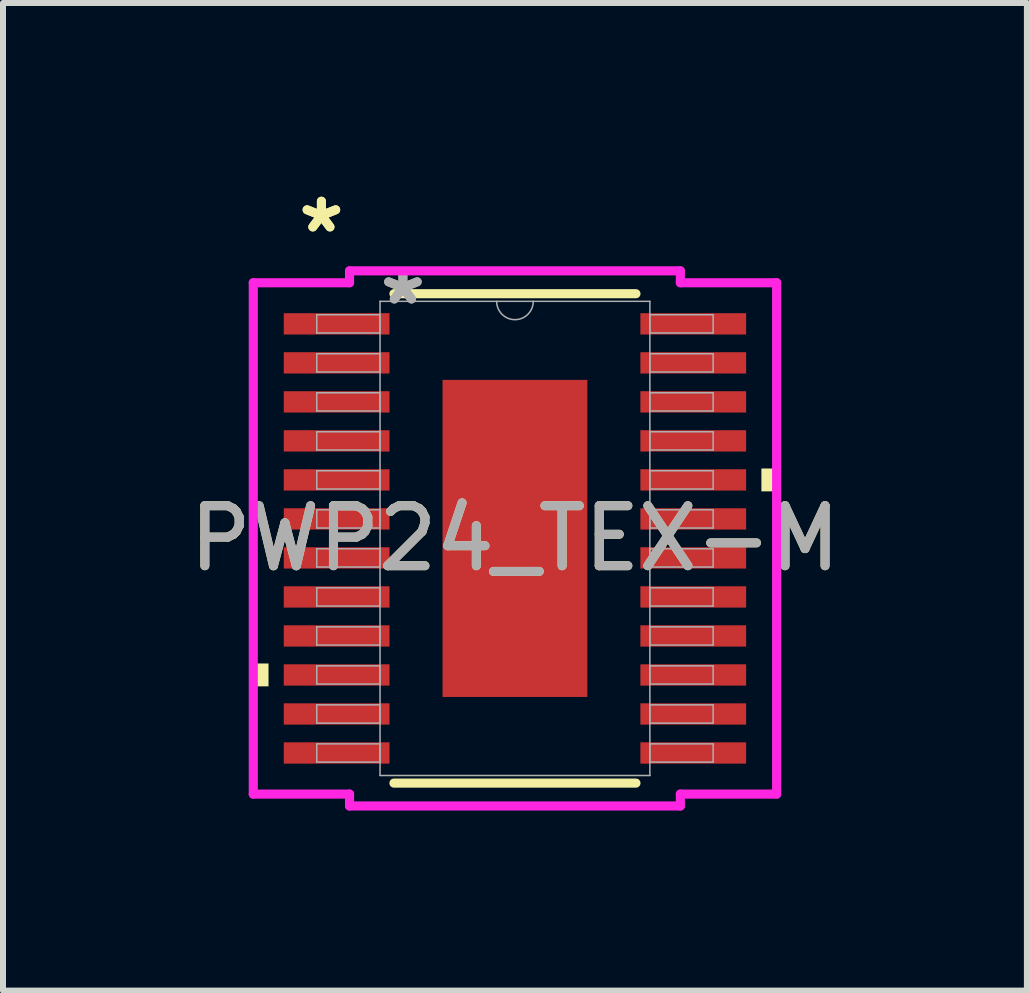
<source format=kicad_pcb>
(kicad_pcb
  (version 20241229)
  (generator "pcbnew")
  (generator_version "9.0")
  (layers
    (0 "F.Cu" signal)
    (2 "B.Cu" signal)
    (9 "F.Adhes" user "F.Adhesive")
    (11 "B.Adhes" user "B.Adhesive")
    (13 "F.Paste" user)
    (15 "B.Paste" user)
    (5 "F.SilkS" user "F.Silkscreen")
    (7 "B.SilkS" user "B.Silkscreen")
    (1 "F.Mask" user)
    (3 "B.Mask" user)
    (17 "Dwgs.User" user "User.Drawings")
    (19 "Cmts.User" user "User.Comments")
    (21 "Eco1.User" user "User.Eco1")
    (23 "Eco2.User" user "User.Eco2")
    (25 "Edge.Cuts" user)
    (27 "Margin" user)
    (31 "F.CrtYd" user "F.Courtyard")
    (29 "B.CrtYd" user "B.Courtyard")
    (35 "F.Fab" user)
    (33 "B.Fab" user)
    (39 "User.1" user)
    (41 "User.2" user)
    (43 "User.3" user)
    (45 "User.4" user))
  (footprint "PWP24_TEX-M"
    (layer "F.Cu")
    (at 5.53 5.921)
    (property "Reference" "PWP24_TEX-M" (at 0 0 0) (unlocked yes) (layer "F.SilkS") (effects (font (size 1 1) (thickness 0.15))))
    (attr smd)
    (fp_line (start -2.016 4.077) (end 2.016 4.077) (stroke (width 0.152) (type solid)) (layer "F.SilkS"))
    (fp_line (start 2.016 -4.077) (end -2.016 -4.077) (stroke (width 0.152) (type solid)) (layer "F.SilkS"))
    (fp_poly (pts (xy -4.36 2.084) (xy -4.36 2.465) (xy -4.106 2.465) (xy -4.106 2.084)) (stroke (width 0) (type solid)) (fill yes) (layer "F.SilkS"))
    (fp_poly (pts (xy 4.36 -1.165) (xy 4.36 -0.784) (xy 4.106 -0.784) (xy 4.106 -1.165)) (stroke (width 0) (type solid)) (fill yes) (layer "F.SilkS"))
    (fp_poly (pts (xy -1.107 -2.542) (xy -1.107 -1.421) (xy 1.107 -1.421) (xy 1.107 -2.542)) (stroke (width 0) (type solid)) (fill yes) (layer "F.Paste"))
    (fp_poly (pts (xy -1.107 -1.221) (xy -1.107 -0.1) (xy 1.107 -0.1) (xy 1.107 -1.221)) (stroke (width 0) (type solid)) (fill yes) (layer "F.Paste"))
    (fp_poly (pts (xy -1.107 0.1) (xy -1.107 1.221) (xy 1.107 1.221) (xy 1.107 0.1)) (stroke (width 0) (type solid)) (fill yes) (layer "F.Paste"))
    (fp_poly (pts (xy -1.107 1.421) (xy -1.107 2.542) (xy 1.107 2.542) (xy 1.107 1.421)) (stroke (width 0) (type solid)) (fill yes) (layer "F.Paste"))
    (fp_line (start -4.36 -4.26) (end -2.756 -4.26) (stroke (width 0.152) (type solid)) (layer "F.CrtYd"))
    (fp_line (start -4.36 4.26) (end -4.36 -4.26) (stroke (width 0.152) (type solid)) (layer "F.CrtYd"))
    (fp_line (start -4.36 4.26) (end -2.756 4.26) (stroke (width 0.152) (type solid)) (layer "F.CrtYd"))
    (fp_line (start -2.756 -4.458) (end 2.756 -4.458) (stroke (width 0.152) (type solid)) (layer "F.CrtYd"))
    (fp_line (start -2.756 -4.26) (end -2.756 -4.458) (stroke (width 0.152) (type solid)) (layer "F.CrtYd"))
    (fp_line (start -2.756 4.458) (end -2.756 4.26) (stroke (width 0.152) (type solid)) (layer "F.CrtYd"))
    (fp_line (start 2.756 -4.458) (end 2.756 -4.26) (stroke (width 0.152) (type solid)) (layer "F.CrtYd"))
    (fp_line (start 2.756 4.26) (end 2.756 4.458) (stroke (width 0.152) (type solid)) (layer "F.CrtYd"))
    (fp_line (start 2.756 4.458) (end -2.756 4.458) (stroke (width 0.152) (type solid)) (layer "F.CrtYd"))
    (fp_line (start 4.36 -4.26) (end 2.756 -4.26) (stroke (width 0.152) (type solid)) (layer "F.CrtYd"))
    (fp_line (start 4.36 -4.26) (end 4.36 4.26) (stroke (width 0.152) (type solid)) (layer "F.CrtYd"))
    (fp_line (start 4.36 4.26) (end 2.756 4.26) (stroke (width 0.152) (type solid)) (layer "F.CrtYd"))
    (fp_line (start -3.302 -3.727) (end -3.302 -3.423) (stroke (width 0.025) (type solid)) (layer "F.Fab"))
    (fp_line (start -3.302 -3.423) (end -2.248 -3.423) (stroke (width 0.025) (type solid)) (layer "F.Fab"))
    (fp_line (start -3.302 -3.077) (end -3.302 -2.773) (stroke (width 0.025) (type solid)) (layer "F.Fab"))
    (fp_line (start -3.302 -2.773) (end -2.248 -2.773) (stroke (width 0.025) (type solid)) (layer "F.Fab"))
    (fp_line (start -3.302 -2.427) (end -3.302 -2.123) (stroke (width 0.025) (type solid)) (layer "F.Fab"))
    (fp_line (start -3.302 -2.123) (end -2.248 -2.123) (stroke (width 0.025) (type solid)) (layer "F.Fab"))
    (fp_line (start -3.302 -1.777) (end -3.302 -1.473) (stroke (width 0.025) (type solid)) (layer "F.Fab"))
    (fp_line (start -3.302 -1.473) (end -2.248 -1.473) (stroke (width 0.025) (type solid)) (layer "F.Fab"))
    (fp_line (start -3.302 -1.127) (end -3.302 -0.823) (stroke (width 0.025) (type solid)) (layer "F.Fab"))
    (fp_line (start -3.302 -0.823) (end -2.248 -0.823) (stroke (width 0.025) (type solid)) (layer "F.Fab"))
    (fp_line (start -3.302 -0.477) (end -3.302 -0.173) (stroke (width 0.025) (type solid)) (layer "F.Fab"))
    (fp_line (start -3.302 -0.173) (end -2.248 -0.173) (stroke (width 0.025) (type solid)) (layer "F.Fab"))
    (fp_line (start -3.302 0.173) (end -3.302 0.477) (stroke (width 0.025) (type solid)) (layer "F.Fab"))
    (fp_line (start -3.302 0.477) (end -2.248 0.477) (stroke (width 0.025) (type solid)) (layer "F.Fab"))
    (fp_line (start -3.302 0.823) (end -3.302 1.127) (stroke (width 0.025) (type solid)) (layer "F.Fab"))
    (fp_line (start -3.302 1.127) (end -2.248 1.127) (stroke (width 0.025) (type solid)) (layer "F.Fab"))
    (fp_line (start -3.302 1.473) (end -3.302 1.777) (stroke (width 0.025) (type solid)) (layer "F.Fab"))
    (fp_line (start -3.302 1.777) (end -2.248 1.777) (stroke (width 0.025) (type solid)) (layer "F.Fab"))
    (fp_line (start -3.302 2.123) (end -3.302 2.427) (stroke (width 0.025) (type solid)) (layer "F.Fab"))
    (fp_line (start -3.302 2.427) (end -2.248 2.427) (stroke (width 0.025) (type solid)) (layer "F.Fab"))
    (fp_line (start -3.302 2.773) (end -3.302 3.077) (stroke (width 0.025) (type solid)) (layer "F.Fab"))
    (fp_line (start -3.302 3.077) (end -2.248 3.077) (stroke (width 0.025) (type solid)) (layer "F.Fab"))
    (fp_line (start -3.302 3.423) (end -3.302 3.727) (stroke (width 0.025) (type solid)) (layer "F.Fab"))
    (fp_line (start -3.302 3.727) (end -2.248 3.727) (stroke (width 0.025) (type solid)) (layer "F.Fab"))
    (fp_line (start -2.248 -3.95) (end -2.248 3.95) (stroke (width 0.025) (type solid)) (layer "F.Fab"))
    (fp_line (start -2.248 -3.727) (end -3.302 -3.727) (stroke (width 0.025) (type solid)) (layer "F.Fab"))
    (fp_line (start -2.248 -3.423) (end -2.248 -3.727) (stroke (width 0.025) (type solid)) (layer "F.Fab"))
    (fp_line (start -2.248 -3.077) (end -3.302 -3.077) (stroke (width 0.025) (type solid)) (layer "F.Fab"))
    (fp_line (start -2.248 -2.773) (end -2.248 -3.077) (stroke (width 0.025) (type solid)) (layer "F.Fab"))
    (fp_line (start -2.248 -2.427) (end -3.302 -2.427) (stroke (width 0.025) (type solid)) (layer "F.Fab"))
    (fp_line (start -2.248 -2.123) (end -2.248 -2.427) (stroke (width 0.025) (type solid)) (layer "F.Fab"))
    (fp_line (start -2.248 -1.777) (end -3.302 -1.777) (stroke (width 0.025) (type solid)) (layer "F.Fab"))
    (fp_line (start -2.248 -1.473) (end -2.248 -1.777) (stroke (width 0.025) (type solid)) (layer "F.Fab"))
    (fp_line (start -2.248 -1.127) (end -3.302 -1.127) (stroke (width 0.025) (type solid)) (layer "F.Fab"))
    (fp_line (start -2.248 -0.823) (end -2.248 -1.127) (stroke (width 0.025) (type solid)) (layer "F.Fab"))
    (fp_line (start -2.248 -0.477) (end -3.302 -0.477) (stroke (width 0.025) (type solid)) (layer "F.Fab"))
    (fp_line (start -2.248 -0.173) (end -2.248 -0.477) (stroke (width 0.025) (type solid)) (layer "F.Fab"))
    (fp_line (start -2.248 0.173) (end -3.302 0.173) (stroke (width 0.025) (type solid)) (layer "F.Fab"))
    (fp_line (start -2.248 0.477) (end -2.248 0.173) (stroke (width 0.025) (type solid)) (layer "F.Fab"))
    (fp_line (start -2.248 0.823) (end -3.302 0.823) (stroke (width 0.025) (type solid)) (layer "F.Fab"))
    (fp_line (start -2.248 1.127) (end -2.248 0.823) (stroke (width 0.025) (type solid)) (layer "F.Fab"))
    (fp_line (start -2.248 1.473) (end -3.302 1.473) (stroke (width 0.025) (type solid)) (layer "F.Fab"))
    (fp_line (start -2.248 1.777) (end -2.248 1.473) (stroke (width 0.025) (type solid)) (layer "F.Fab"))
    (fp_line (start -2.248 2.123) (end -3.302 2.123) (stroke (width 0.025) (type solid)) (layer "F.Fab"))
    (fp_line (start -2.248 2.427) (end -2.248 2.123) (stroke (width 0.025) (type solid)) (layer "F.Fab"))
    (fp_line (start -2.248 2.773) (end -3.302 2.773) (stroke (width 0.025) (type solid)) (layer "F.Fab"))
    (fp_line (start -2.248 3.077) (end -2.248 2.773) (stroke (width 0.025) (type solid)) (layer "F.Fab"))
    (fp_line (start -2.248 3.423) (end -3.302 3.423) (stroke (width 0.025) (type solid)) (layer "F.Fab"))
    (fp_line (start -2.248 3.727) (end -2.248 3.423) (stroke (width 0.025) (type solid)) (layer "F.Fab"))
    (fp_line (start -2.248 3.95) (end 2.248 3.95) (stroke (width 0.025) (type solid)) (layer "F.Fab"))
    (fp_line (start 2.248 -3.95) (end -2.248 -3.95) (stroke (width 0.025) (type solid)) (layer "F.Fab"))
    (fp_line (start 2.248 -3.727) (end 2.248 -3.423) (stroke (width 0.025) (type solid)) (layer "F.Fab"))
    (fp_line (start 2.248 -3.423) (end 3.302 -3.423) (stroke (width 0.025) (type solid)) (layer "F.Fab"))
    (fp_line (start 2.248 -3.077) (end 2.248 -2.773) (stroke (width 0.025) (type solid)) (layer "F.Fab"))
    (fp_line (start 2.248 -2.773) (end 3.302 -2.773) (stroke (width 0.025) (type solid)) (layer "F.Fab"))
    (fp_line (start 2.248 -2.427) (end 2.248 -2.123) (stroke (width 0.025) (type solid)) (layer "F.Fab"))
    (fp_line (start 2.248 -2.123) (end 3.302 -2.123) (stroke (width 0.025) (type solid)) (layer "F.Fab"))
    (fp_line (start 2.248 -1.777) (end 2.248 -1.473) (stroke (width 0.025) (type solid)) (layer "F.Fab"))
    (fp_line (start 2.248 -1.473) (end 3.302 -1.473) (stroke (width 0.025) (type solid)) (layer "F.Fab"))
    (fp_line (start 2.248 -1.127) (end 2.248 -0.823) (stroke (width 0.025) (type solid)) (layer "F.Fab"))
    (fp_line (start 2.248 -0.823) (end 3.302 -0.823) (stroke (width 0.025) (type solid)) (layer "F.Fab"))
    (fp_line (start 2.248 -0.477) (end 2.248 -0.173) (stroke (width 0.025) (type solid)) (layer "F.Fab"))
    (fp_line (start 2.248 -0.173) (end 3.302 -0.173) (stroke (width 0.025) (type solid)) (layer "F.Fab"))
    (fp_line (start 2.248 0.173) (end 2.248 0.477) (stroke (width 0.025) (type solid)) (layer "F.Fab"))
    (fp_line (start 2.248 0.477) (end 3.302 0.477) (stroke (width 0.025) (type solid)) (layer "F.Fab"))
    (fp_line (start 2.248 0.823) (end 2.248 1.127) (stroke (width 0.025) (type solid)) (layer "F.Fab"))
    (fp_line (start 2.248 1.127) (end 3.302 1.127) (stroke (width 0.025) (type solid)) (layer "F.Fab"))
    (fp_line (start 2.248 1.473) (end 2.248 1.777) (stroke (width 0.025) (type solid)) (layer "F.Fab"))
    (fp_line (start 2.248 1.777) (end 3.302 1.777) (stroke (width 0.025) (type solid)) (layer "F.Fab"))
    (fp_line (start 2.248 2.123) (end 2.248 2.427) (stroke (width 0.025) (type solid)) (layer "F.Fab"))
    (fp_line (start 2.248 2.427) (end 3.302 2.427) (stroke (width 0.025) (type solid)) (layer "F.Fab"))
    (fp_line (start 2.248 2.773) (end 2.248 3.077) (stroke (width 0.025) (type solid)) (layer "F.Fab"))
    (fp_line (start 2.248 3.077) (end 3.302 3.077) (stroke (width 0.025) (type solid)) (layer "F.Fab"))
    (fp_line (start 2.248 3.423) (end 2.248 3.727) (stroke (width 0.025) (type solid)) (layer "F.Fab"))
    (fp_line (start 2.248 3.727) (end 3.302 3.727) (stroke (width 0.025) (type solid)) (layer "F.Fab"))
    (fp_line (start 2.248 3.95) (end 2.248 -3.95) (stroke (width 0.025) (type solid)) (layer "F.Fab"))
    (fp_line (start 3.302 -3.727) (end 2.248 -3.727) (stroke (width 0.025) (type solid)) (layer "F.Fab"))
    (fp_line (start 3.302 -3.423) (end 3.302 -3.727) (stroke (width 0.025) (type solid)) (layer "F.Fab"))
    (fp_line (start 3.302 -3.077) (end 2.248 -3.077) (stroke (width 0.025) (type solid)) (layer "F.Fab"))
    (fp_line (start 3.302 -2.773) (end 3.302 -3.077) (stroke (width 0.025) (type solid)) (layer "F.Fab"))
    (fp_line (start 3.302 -2.427) (end 2.248 -2.427) (stroke (width 0.025) (type solid)) (layer "F.Fab"))
    (fp_line (start 3.302 -2.123) (end 3.302 -2.427) (stroke (width 0.025) (type solid)) (layer "F.Fab"))
    (fp_line (start 3.302 -1.777) (end 2.248 -1.777) (stroke (width 0.025) (type solid)) (layer "F.Fab"))
    (fp_line (start 3.302 -1.473) (end 3.302 -1.777) (stroke (width 0.025) (type solid)) (layer "F.Fab"))
    (fp_line (start 3.302 -1.127) (end 2.248 -1.127) (stroke (width 0.025) (type solid)) (layer "F.Fab"))
    (fp_line (start 3.302 -0.823) (end 3.302 -1.127) (stroke (width 0.025) (type solid)) (layer "F.Fab"))
    (fp_line (start 3.302 -0.477) (end 2.248 -0.477) (stroke (width 0.025) (type solid)) (layer "F.Fab"))
    (fp_line (start 3.302 -0.173) (end 3.302 -0.477) (stroke (width 0.025) (type solid)) (layer "F.Fab"))
    (fp_line (start 3.302 0.173) (end 2.248 0.173) (stroke (width 0.025) (type solid)) (layer "F.Fab"))
    (fp_line (start 3.302 0.477) (end 3.302 0.173) (stroke (width 0.025) (type solid)) (layer "F.Fab"))
    (fp_line (start 3.302 0.823) (end 2.248 0.823) (stroke (width 0.025) (type solid)) (layer "F.Fab"))
    (fp_line (start 3.302 1.127) (end 3.302 0.823) (stroke (width 0.025) (type solid)) (layer "F.Fab"))
    (fp_line (start 3.302 1.473) (end 2.248 1.473) (stroke (width 0.025) (type solid)) (layer "F.Fab"))
    (fp_line (start 3.302 1.777) (end 3.302 1.473) (stroke (width 0.025) (type solid)) (layer "F.Fab"))
    (fp_line (start 3.302 2.123) (end 2.248 2.123) (stroke (width 0.025) (type solid)) (layer "F.Fab"))
    (fp_line (start 3.302 2.427) (end 3.302 2.123) (stroke (width 0.025) (type solid)) (layer "F.Fab"))
    (fp_line (start 3.302 2.773) (end 2.248 2.773) (stroke (width 0.025) (type solid)) (layer "F.Fab"))
    (fp_line (start 3.302 3.077) (end 3.302 2.773) (stroke (width 0.025) (type solid)) (layer "F.Fab"))
    (fp_line (start 3.302 3.423) (end 2.248 3.423) (stroke (width 0.025) (type solid)) (layer "F.Fab"))
    (fp_line (start 3.302 3.727) (end 3.302 3.423) (stroke (width 0.025) (type solid)) (layer "F.Fab"))
    (fp_arc (start 0.3048 -3.9497) (mid 0 -3.6449) (end -0.3048 -3.9497) (stroke (width 0.0254) (type solid)) (layer "F.Fab"))
    (fp_text user "*" (at -3.225 -5.073 0) (unlocked yes) (layer "F.SilkS") (effects (font (size 1 1) (thickness 0.15))))
    (fp_text user "*" (at -3.225 -5.073 0) (layer "F.SilkS") (effects (font (size 1 1) (thickness 0.15))))
    (fp_text user "*" (at -1.867 -3.873 0) (layer "F.Fab") (effects (font (size 1 1) (thickness 0.15))))
    (fp_text user "${REFERENCE}" (at 0 0 0) (unlocked yes) (layer "F.Fab") (effects (font (size 1 1) (thickness 0.15))))
    (fp_text user "*" (at -1.867 -3.873 0) (unlocked yes) (layer "F.Fab") (effects (font (size 1 1) (thickness 0.15))))
    (pad "1" smd rect (at -2.971 -3.575) (size 1.762 0.355) (layers "F.Cu" "F.Mask" "F.Paste"))
    (pad "2" smd rect (at -2.971 -2.925) (size 1.762 0.355) (layers "F.Cu" "F.Mask" "F.Paste"))
    (pad "3" smd rect (at -2.971 -2.275) (size 1.762 0.355) (layers "F.Cu" "F.Mask" "F.Paste"))
    (pad "4" smd rect (at -2.971 -1.625) (size 1.762 0.355) (layers "F.Cu" "F.Mask" "F.Paste"))
    (pad "5" smd rect (at -2.971 -0.975) (size 1.762 0.355) (layers "F.Cu" "F.Mask" "F.Paste"))
    (pad "6" smd rect (at -2.971 -0.325) (size 1.762 0.355) (layers "F.Cu" "F.Mask" "F.Paste"))
    (pad "7" smd rect (at -2.971 0.325) (size 1.762 0.355) (layers "F.Cu" "F.Mask" "F.Paste"))
    (pad "8" smd rect (at -2.971 0.975) (size 1.762 0.355) (layers "F.Cu" "F.Mask" "F.Paste"))
    (pad "9" smd rect (at -2.971 1.625) (size 1.762 0.355) (layers "F.Cu" "F.Mask" "F.Paste"))
    (pad "10" smd rect (at -2.971 2.275) (size 1.762 0.355) (layers "F.Cu" "F.Mask" "F.Paste"))
    (pad "11" smd rect (at -2.971 2.925) (size 1.762 0.355) (layers "F.Cu" "F.Mask" "F.Paste"))
    (pad "12" smd rect (at -2.971 3.575) (size 1.762 0.355) (layers "F.Cu" "F.Mask" "F.Paste"))
    (pad "13" smd rect (at 2.971 3.575) (size 1.762 0.355) (layers "F.Cu" "F.Mask" "F.Paste"))
    (pad "14" smd rect (at 2.971 2.925) (size 1.762 0.355) (layers "F.Cu" "F.Mask" "F.Paste"))
    (pad "15" smd rect (at 2.971 2.275) (size 1.762 0.355) (layers "F.Cu" "F.Mask" "F.Paste"))
    (pad "16" smd rect (at 2.971 1.625) (size 1.762 0.355) (layers "F.Cu" "F.Mask" "F.Paste"))
    (pad "17" smd rect (at 2.971 0.975) (size 1.762 0.355) (layers "F.Cu" "F.Mask" "F.Paste"))
    (pad "18" smd rect (at 2.971 0.325) (size 1.762 0.355) (layers "F.Cu" "F.Mask" "F.Paste"))
    (pad "19" smd rect (at 2.971 -0.325) (size 1.762 0.355) (layers "F.Cu" "F.Mask" "F.Paste"))
    (pad "20" smd rect (at 2.971 -0.975) (size 1.762 0.355) (layers "F.Cu" "F.Mask" "F.Paste"))
    (pad "21" smd rect (at 2.971 -1.625) (size 1.762 0.355) (layers "F.Cu" "F.Mask" "F.Paste"))
    (pad "22" smd rect (at 2.971 -2.275) (size 1.762 0.355) (layers "F.Cu" "F.Mask" "F.Paste"))
    (pad "23" smd rect (at 2.971 -2.925) (size 1.762 0.355) (layers "F.Cu" "F.Mask" "F.Paste"))
    (pad "24" smd rect (at 2.971 -3.575) (size 1.762 0.355) (layers "F.Cu" "F.Mask" "F.Paste"))
    (pad "EPAD" smd rect (at 0 0) (size 2.413 5.283) (layers "F.Cu" "F.Mask")))
  (gr_rect
    (start -3 -3)
    (end 14.06 13.455)
    (stroke (width 0.1) (type default))
    (fill no)
    (layer "Edge.Cuts")))
</source>
